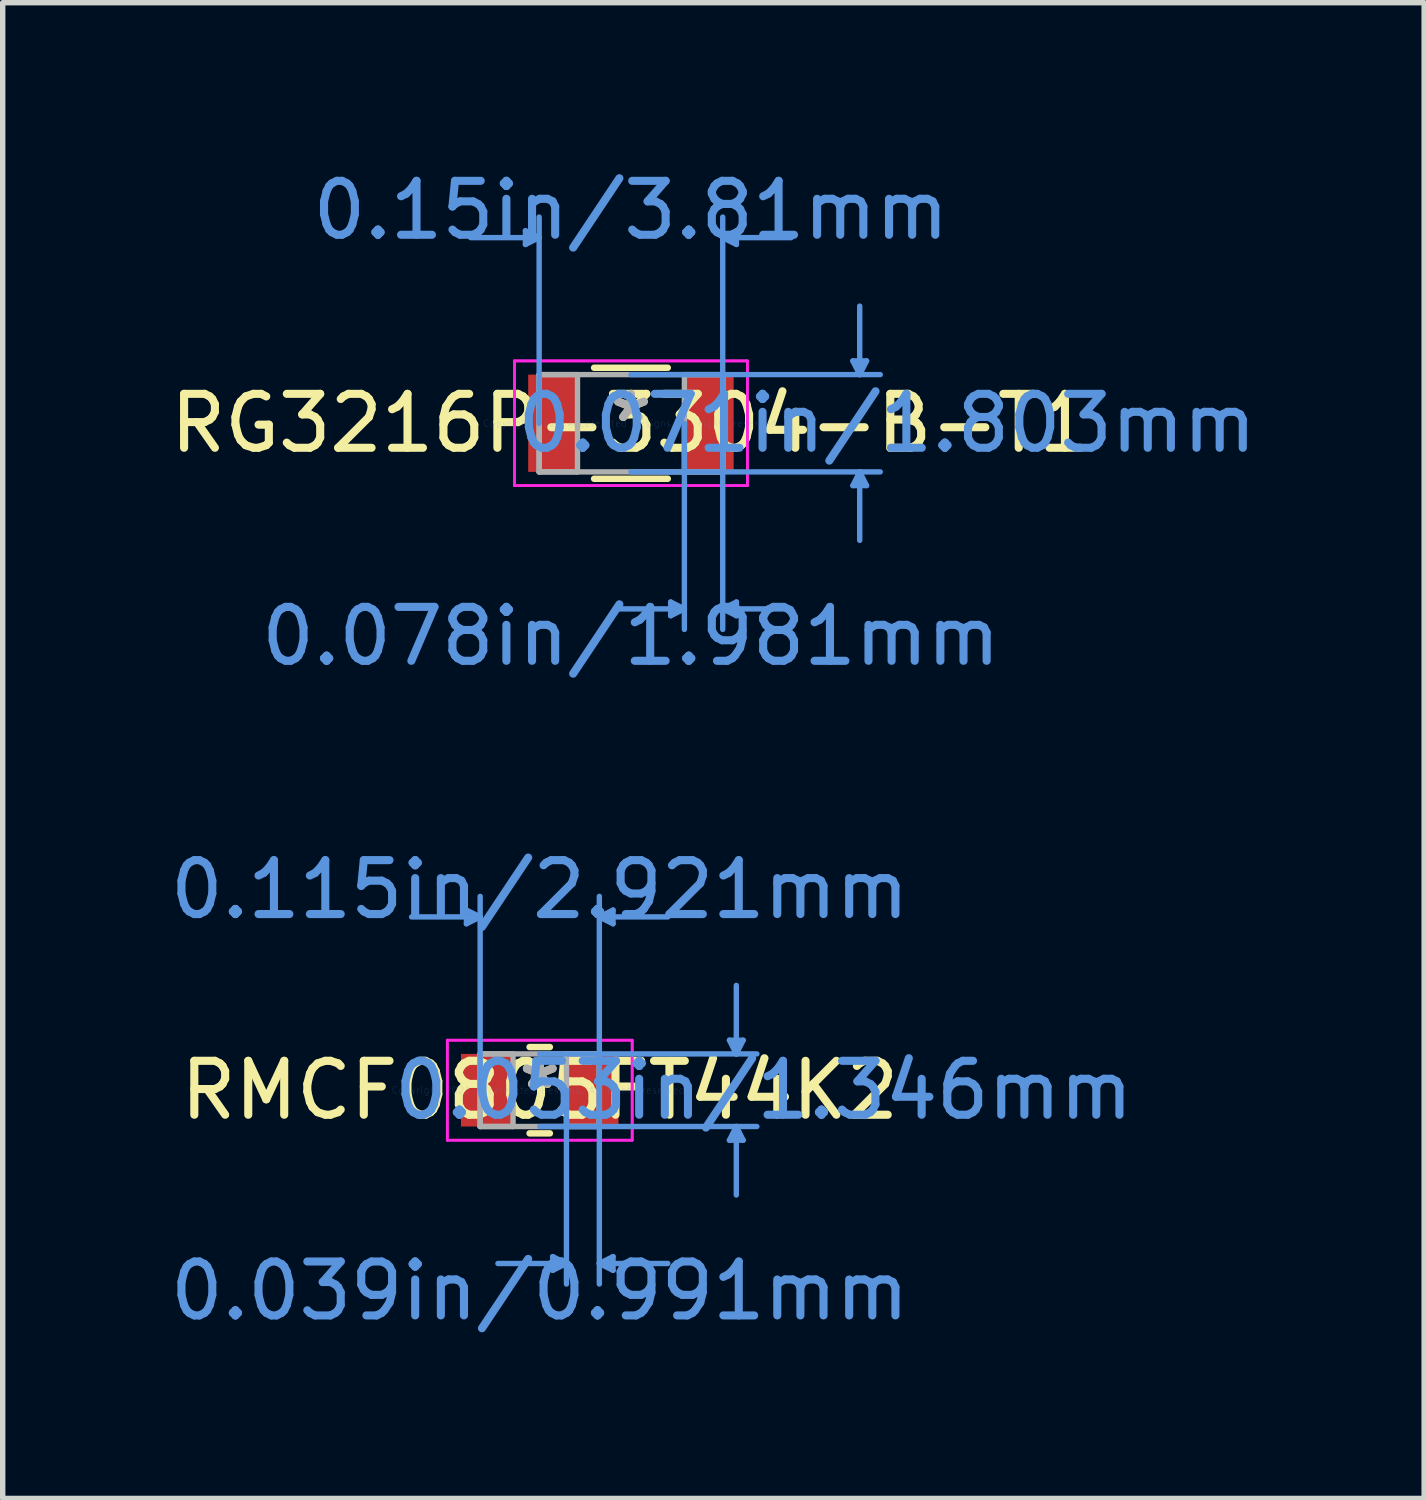
<source format=kicad_pcb>
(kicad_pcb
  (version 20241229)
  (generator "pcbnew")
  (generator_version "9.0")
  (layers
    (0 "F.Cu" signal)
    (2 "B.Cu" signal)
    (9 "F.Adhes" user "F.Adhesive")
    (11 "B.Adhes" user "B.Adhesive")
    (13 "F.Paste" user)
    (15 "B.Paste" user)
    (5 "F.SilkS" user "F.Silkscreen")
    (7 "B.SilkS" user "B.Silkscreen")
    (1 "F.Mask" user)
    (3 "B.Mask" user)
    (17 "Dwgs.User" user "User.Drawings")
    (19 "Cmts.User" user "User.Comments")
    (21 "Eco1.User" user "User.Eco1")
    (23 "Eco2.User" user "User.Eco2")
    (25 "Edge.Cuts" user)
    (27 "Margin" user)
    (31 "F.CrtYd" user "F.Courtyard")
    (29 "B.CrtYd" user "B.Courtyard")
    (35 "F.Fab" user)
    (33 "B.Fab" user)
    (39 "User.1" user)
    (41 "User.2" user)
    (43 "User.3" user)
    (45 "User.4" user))
  (footprint "RG3216P-3304-B-T1"
    (layer "F.Cu")
    (at 8.649 4.798)
    (property "Reference" "RG3216P-3304-B-T1" (at 0 0 0) (layer "F.SilkS") (effects (font (size 1 1) (thickness 0.15))))
    (attr through_hole)
    (fp_line (start -0.683 1.029) (end 0.683 1.029) (stroke (width 0.12) (type solid)) (layer "F.SilkS"))
    (fp_line (start 0.683 -1.029) (end -0.683 -1.029) (stroke (width 0.12) (type solid)) (layer "F.SilkS"))
    (fp_line (start -1.956 -3.569) (end -1.956 -3.315) (stroke (width 0.1) (type solid)) (layer "Cmts.User"))
    (fp_line (start -1.702 -3.442) (end -2.972 -3.442) (stroke (width 0.1) (type solid)) (layer "Cmts.User"))
    (fp_line (start -1.702 -3.442) (end -1.956 -3.569) (stroke (width 0.1) (type solid)) (layer "Cmts.User"))
    (fp_line (start -1.702 -3.442) (end -1.956 -3.315) (stroke (width 0.1) (type solid)) (layer "Cmts.User"))
    (fp_line (start -1.702 0) (end -1.702 -3.823) (stroke (width 0.1) (type solid)) (layer "Cmts.User"))
    (fp_line (start 0 -0.902) (end 4.623 -0.902) (stroke (width 0.1) (type solid)) (layer "Cmts.User"))
    (fp_line (start 0 0.902) (end 4.623 0.902) (stroke (width 0.1) (type solid)) (layer "Cmts.User"))
    (fp_line (start 0.737 3.315) (end 0.737 3.569) (stroke (width 0.1) (type solid)) (layer "Cmts.User"))
    (fp_line (start 0.991 0) (end 0.991 3.823) (stroke (width 0.1) (type solid)) (layer "Cmts.User"))
    (fp_line (start 0.991 3.442) (end -0.279 3.442) (stroke (width 0.1) (type solid)) (layer "Cmts.User"))
    (fp_line (start 0.991 3.442) (end 0.737 3.315) (stroke (width 0.1) (type solid)) (layer "Cmts.User"))
    (fp_line (start 0.991 3.442) (end 0.737 3.569) (stroke (width 0.1) (type solid)) (layer "Cmts.User"))
    (fp_line (start 1.702 -3.442) (end 1.956 -3.569) (stroke (width 0.1) (type solid)) (layer "Cmts.User"))
    (fp_line (start 1.702 -3.442) (end 1.956 -3.315) (stroke (width 0.1) (type solid)) (layer "Cmts.User"))
    (fp_line (start 1.702 -3.442) (end 2.972 -3.442) (stroke (width 0.1) (type solid)) (layer "Cmts.User"))
    (fp_line (start 1.702 0) (end 1.702 -3.823) (stroke (width 0.1) (type solid)) (layer "Cmts.User"))
    (fp_line (start 1.702 0) (end 1.702 3.823) (stroke (width 0.1) (type solid)) (layer "Cmts.User"))
    (fp_line (start 1.702 3.442) (end 1.956 3.315) (stroke (width 0.1) (type solid)) (layer "Cmts.User"))
    (fp_line (start 1.702 3.442) (end 1.956 3.569) (stroke (width 0.1) (type solid)) (layer "Cmts.User"))
    (fp_line (start 1.702 3.442) (end 2.972 3.442) (stroke (width 0.1) (type solid)) (layer "Cmts.User"))
    (fp_line (start 1.956 -3.569) (end 1.956 -3.315) (stroke (width 0.1) (type solid)) (layer "Cmts.User"))
    (fp_line (start 1.956 3.315) (end 1.956 3.569) (stroke (width 0.1) (type solid)) (layer "Cmts.User"))
    (fp_line (start 4.115 -1.156) (end 4.369 -1.156) (stroke (width 0.1) (type solid)) (layer "Cmts.User"))
    (fp_line (start 4.115 1.156) (end 4.369 1.156) (stroke (width 0.1) (type solid)) (layer "Cmts.User"))
    (fp_line (start 4.242 -0.902) (end 4.115 -1.156) (stroke (width 0.1) (type solid)) (layer "Cmts.User"))
    (fp_line (start 4.242 -0.902) (end 4.242 -2.172) (stroke (width 0.1) (type solid)) (layer "Cmts.User"))
    (fp_line (start 4.242 -0.902) (end 4.369 -1.156) (stroke (width 0.1) (type solid)) (layer "Cmts.User"))
    (fp_line (start 4.242 0.902) (end 4.115 1.156) (stroke (width 0.1) (type solid)) (layer "Cmts.User"))
    (fp_line (start 4.242 0.902) (end 4.242 2.172) (stroke (width 0.1) (type solid)) (layer "Cmts.User"))
    (fp_line (start 4.242 0.902) (end 4.369 1.156) (stroke (width 0.1) (type solid)) (layer "Cmts.User"))
    (fp_line (start -2.159 -1.156) (end 2.159 -1.156) (stroke (width 0.05) (type solid)) (layer "F.CrtYd"))
    (fp_line (start -2.159 -1.156) (end 2.159 -1.156) (stroke (width 0.05) (type solid)) (layer "F.CrtYd"))
    (fp_line (start -2.159 1.156) (end -2.159 -1.156) (stroke (width 0.05) (type solid)) (layer "F.CrtYd"))
    (fp_line (start -2.159 1.156) (end -2.159 -1.156) (stroke (width 0.05) (type solid)) (layer "F.CrtYd"))
    (fp_line (start 2.159 -1.156) (end 2.159 1.156) (stroke (width 0.05) (type solid)) (layer "F.CrtYd"))
    (fp_line (start 2.159 -1.156) (end 2.159 1.156) (stroke (width 0.05) (type solid)) (layer "F.CrtYd"))
    (fp_line (start 2.159 1.156) (end -2.159 1.156) (stroke (width 0.05) (type solid)) (layer "F.CrtYd"))
    (fp_line (start 2.159 1.156) (end -2.159 1.156) (stroke (width 0.05) (type solid)) (layer "F.CrtYd"))
    (fp_line (start -1.702 -0.902) (end -1.702 0.902) (stroke (width 0.1) (type solid)) (layer "F.Fab"))
    (fp_line (start -1.702 -0.902) (end -1.702 0.902) (stroke (width 0.1) (type solid)) (layer "F.Fab"))
    (fp_line (start -1.702 0.902) (end -0.991 0.902) (stroke (width 0.1) (type solid)) (layer "F.Fab"))
    (fp_line (start -1.702 0.902) (end 1.702 0.902) (stroke (width 0.1) (type solid)) (layer "F.Fab"))
    (fp_line (start -0.991 -0.902) (end -1.702 -0.902) (stroke (width 0.1) (type solid)) (layer "F.Fab"))
    (fp_line (start -0.991 0.902) (end -0.991 -0.902) (stroke (width 0.1) (type solid)) (layer "F.Fab"))
    (fp_line (start 0.991 -0.902) (end 0.991 0.902) (stroke (width 0.1) (type solid)) (layer "F.Fab"))
    (fp_line (start 0.991 0.902) (end 1.702 0.902) (stroke (width 0.1) (type solid)) (layer "F.Fab"))
    (fp_line (start 1.702 -0.902) (end -1.702 -0.902) (stroke (width 0.1) (type solid)) (layer "F.Fab"))
    (fp_line (start 1.702 -0.902) (end 0.991 -0.902) (stroke (width 0.1) (type solid)) (layer "F.Fab"))
    (fp_line (start 1.702 0.902) (end 1.702 -0.902) (stroke (width 0.1) (type solid)) (layer "F.Fab"))
    (fp_line (start 1.702 0.902) (end 1.702 -0.902) (stroke (width 0.1) (type solid)) (layer "F.Fab"))
    (fp_text user "*" (at 0 0 0) (layer "F.SilkS") (effects (font (size 1 1) (thickness 0.15))))
    (fp_text user "0.15in/3.81mm" (at 0 -3.95 0) (layer "Cmts.User") (effects (font (size 1 1) (thickness 0.15))))
    (fp_text user "0.078in/1.981mm" (at 0 3.95 0) (layer "Cmts.User") (effects (font (size 1 1) (thickness 0.15))))
    (fp_text user "0.071in/1.803mm" (at 4.75 0 0) (layer "Cmts.User") (effects (font (size 1 1) (thickness 0.15))))
    (fp_text user "Copyright 2021 Accelerated Designs. All rights reserved." (at 0 0 0) (layer "Cmts.User") (effects (font (size 0.127 0.127) (thickness 0.002))))
    (fp_text user "*" (at 0 0 0) (layer "F.Fab") (effects (font (size 1 1) (thickness 0.15))))
    (pad "1" smd rect (at -1.448 0) (size 0.914 1.803) (layers "F.Cu" "F.Mask" "F.Paste"))
    (pad "2" smd rect (at 1.448 0) (size 0.914 1.803) (layers "F.Cu" "F.Mask" "F.Paste")))
  (footprint "RMCF0805FT44K2"
    (layer "F.Cu")
    (at 6.958 17.165)
    (property "Reference" "RMCF0805FT44K2" (at 0 0 0) (layer "F.SilkS") (effects (font (size 1 1) (thickness 0.15))))
    (attr through_hole)
    (fp_line (start -0.188 0.8) (end 0.188 0.8) (stroke (width 0.12) (type solid)) (layer "F.SilkS"))
    (fp_line (start 0.188 -0.8) (end -0.188 -0.8) (stroke (width 0.12) (type solid)) (layer "F.SilkS"))
    (fp_line (start -1.359 -3.34) (end -1.359 -3.086) (stroke (width 0.1) (type solid)) (layer "Cmts.User"))
    (fp_line (start -1.105 -3.213) (end -2.375 -3.213) (stroke (width 0.1) (type solid)) (layer "Cmts.User"))
    (fp_line (start -1.105 -3.213) (end -1.359 -3.34) (stroke (width 0.1) (type solid)) (layer "Cmts.User"))
    (fp_line (start -1.105 -3.213) (end -1.359 -3.086) (stroke (width 0.1) (type solid)) (layer "Cmts.User"))
    (fp_line (start -1.105 0) (end -1.105 -3.594) (stroke (width 0.1) (type solid)) (layer "Cmts.User"))
    (fp_line (start 0 -0.673) (end 4.026 -0.673) (stroke (width 0.1) (type solid)) (layer "Cmts.User"))
    (fp_line (start 0 0.673) (end 4.026 0.673) (stroke (width 0.1) (type solid)) (layer "Cmts.User"))
    (fp_line (start 0.241 3.086) (end 0.241 3.34) (stroke (width 0.1) (type solid)) (layer "Cmts.User"))
    (fp_line (start 0.495 0) (end 0.495 3.594) (stroke (width 0.1) (type solid)) (layer "Cmts.User"))
    (fp_line (start 0.495 3.213) (end -0.775 3.213) (stroke (width 0.1) (type solid)) (layer "Cmts.User"))
    (fp_line (start 0.495 3.213) (end 0.241 3.086) (stroke (width 0.1) (type solid)) (layer "Cmts.User"))
    (fp_line (start 0.495 3.213) (end 0.241 3.34) (stroke (width 0.1) (type solid)) (layer "Cmts.User"))
    (fp_line (start 1.105 -3.213) (end 1.359 -3.34) (stroke (width 0.1) (type solid)) (layer "Cmts.User"))
    (fp_line (start 1.105 -3.213) (end 1.359 -3.086) (stroke (width 0.1) (type solid)) (layer "Cmts.User"))
    (fp_line (start 1.105 -3.213) (end 2.375 -3.213) (stroke (width 0.1) (type solid)) (layer "Cmts.User"))
    (fp_line (start 1.105 0) (end 1.105 -3.594) (stroke (width 0.1) (type solid)) (layer "Cmts.User"))
    (fp_line (start 1.105 0) (end 1.105 3.594) (stroke (width 0.1) (type solid)) (layer "Cmts.User"))
    (fp_line (start 1.105 3.213) (end 1.359 3.086) (stroke (width 0.1) (type solid)) (layer "Cmts.User"))
    (fp_line (start 1.105 3.213) (end 1.359 3.34) (stroke (width 0.1) (type solid)) (layer "Cmts.User"))
    (fp_line (start 1.105 3.213) (end 2.375 3.213) (stroke (width 0.1) (type solid)) (layer "Cmts.User"))
    (fp_line (start 1.359 -3.34) (end 1.359 -3.086) (stroke (width 0.1) (type solid)) (layer "Cmts.User"))
    (fp_line (start 1.359 3.086) (end 1.359 3.34) (stroke (width 0.1) (type solid)) (layer "Cmts.User"))
    (fp_line (start 3.518 -0.927) (end 3.772 -0.927) (stroke (width 0.1) (type solid)) (layer "Cmts.User"))
    (fp_line (start 3.518 0.927) (end 3.772 0.927) (stroke (width 0.1) (type solid)) (layer "Cmts.User"))
    (fp_line (start 3.645 -0.673) (end 3.518 -0.927) (stroke (width 0.1) (type solid)) (layer "Cmts.User"))
    (fp_line (start 3.645 -0.673) (end 3.645 -1.943) (stroke (width 0.1) (type solid)) (layer "Cmts.User"))
    (fp_line (start 3.645 -0.673) (end 3.772 -0.927) (stroke (width 0.1) (type solid)) (layer "Cmts.User"))
    (fp_line (start 3.645 0.673) (end 3.518 0.927) (stroke (width 0.1) (type solid)) (layer "Cmts.User"))
    (fp_line (start 3.645 0.673) (end 3.645 1.943) (stroke (width 0.1) (type solid)) (layer "Cmts.User"))
    (fp_line (start 3.645 0.673) (end 3.772 0.927) (stroke (width 0.1) (type solid)) (layer "Cmts.User"))
    (fp_line (start -1.714 -0.927) (end 1.714 -0.927) (stroke (width 0.05) (type solid)) (layer "F.CrtYd"))
    (fp_line (start -1.714 -0.927) (end 1.714 -0.927) (stroke (width 0.05) (type solid)) (layer "F.CrtYd"))
    (fp_line (start -1.714 0.927) (end -1.714 -0.927) (stroke (width 0.05) (type solid)) (layer "F.CrtYd"))
    (fp_line (start -1.714 0.927) (end -1.714 -0.927) (stroke (width 0.05) (type solid)) (layer "F.CrtYd"))
    (fp_line (start 1.714 -0.927) (end 1.714 0.927) (stroke (width 0.05) (type solid)) (layer "F.CrtYd"))
    (fp_line (start 1.714 -0.927) (end 1.714 0.927) (stroke (width 0.05) (type solid)) (layer "F.CrtYd"))
    (fp_line (start 1.714 0.927) (end -1.714 0.927) (stroke (width 0.05) (type solid)) (layer "F.CrtYd"))
    (fp_line (start 1.714 0.927) (end -1.714 0.927) (stroke (width 0.05) (type solid)) (layer "F.CrtYd"))
    (fp_line (start -1.105 -0.673) (end -1.105 0.673) (stroke (width 0.1) (type solid)) (layer "F.Fab"))
    (fp_line (start -1.105 -0.673) (end -1.105 0.673) (stroke (width 0.1) (type solid)) (layer "F.Fab"))
    (fp_line (start -1.105 0.673) (end -0.495 0.673) (stroke (width 0.1) (type solid)) (layer "F.Fab"))
    (fp_line (start -1.105 0.673) (end 1.105 0.673) (stroke (width 0.1) (type solid)) (layer "F.Fab"))
    (fp_line (start -0.495 -0.673) (end -1.105 -0.673) (stroke (width 0.1) (type solid)) (layer "F.Fab"))
    (fp_line (start -0.495 0.673) (end -0.495 -0.673) (stroke (width 0.1) (type solid)) (layer "F.Fab"))
    (fp_line (start 0.495 -0.673) (end 0.495 0.673) (stroke (width 0.1) (type solid)) (layer "F.Fab"))
    (fp_line (start 0.495 0.673) (end 1.105 0.673) (stroke (width 0.1) (type solid)) (layer "F.Fab"))
    (fp_line (start 1.105 -0.673) (end -1.105 -0.673) (stroke (width 0.1) (type solid)) (layer "F.Fab"))
    (fp_line (start 1.105 -0.673) (end 0.495 -0.673) (stroke (width 0.1) (type solid)) (layer "F.Fab"))
    (fp_line (start 1.105 0.673) (end 1.105 -0.673) (stroke (width 0.1) (type solid)) (layer "F.Fab"))
    (fp_line (start 1.105 0.673) (end 1.105 -0.673) (stroke (width 0.1) (type solid)) (layer "F.Fab"))
    (fp_text user "*" (at 0 0 0) (layer "F.SilkS") (effects (font (size 1 1) (thickness 0.15))))
    (fp_text user "0.039in/0.991mm" (at 0 3.721 0) (layer "Cmts.User") (effects (font (size 1 1) (thickness 0.15))))
    (fp_text user "0.053in/1.346mm" (at 4.153 0 0) (layer "Cmts.User") (effects (font (size 1 1) (thickness 0.15))))
    (fp_text user "0.115in/2.921mm" (at 0 -3.721 0) (layer "Cmts.User") (effects (font (size 1 1) (thickness 0.15))))
    (fp_text user "Copyright 2021 Accelerated Designs. All rights reserved." (at 0 0 0) (layer "Cmts.User") (effects (font (size 0.127 0.127) (thickness 0.002))))
    (fp_text user "*" (at 0 0 0) (layer "F.Fab") (effects (font (size 1 1) (thickness 0.15))))
    (pad "1" smd rect (at -0.978 0) (size 0.965 1.346) (layers "F.Cu" "F.Mask" "F.Paste"))
    (pad "2" smd rect (at 0.978 0) (size 0.965 1.346) (layers "F.Cu" "F.Mask" "F.Paste")))
  (gr_rect
    (start -3 -3)
    (end 23.357 24.735)
    (stroke (width 0.1) (type default))
    (fill no)
    (layer "Edge.Cuts")))
</source>
